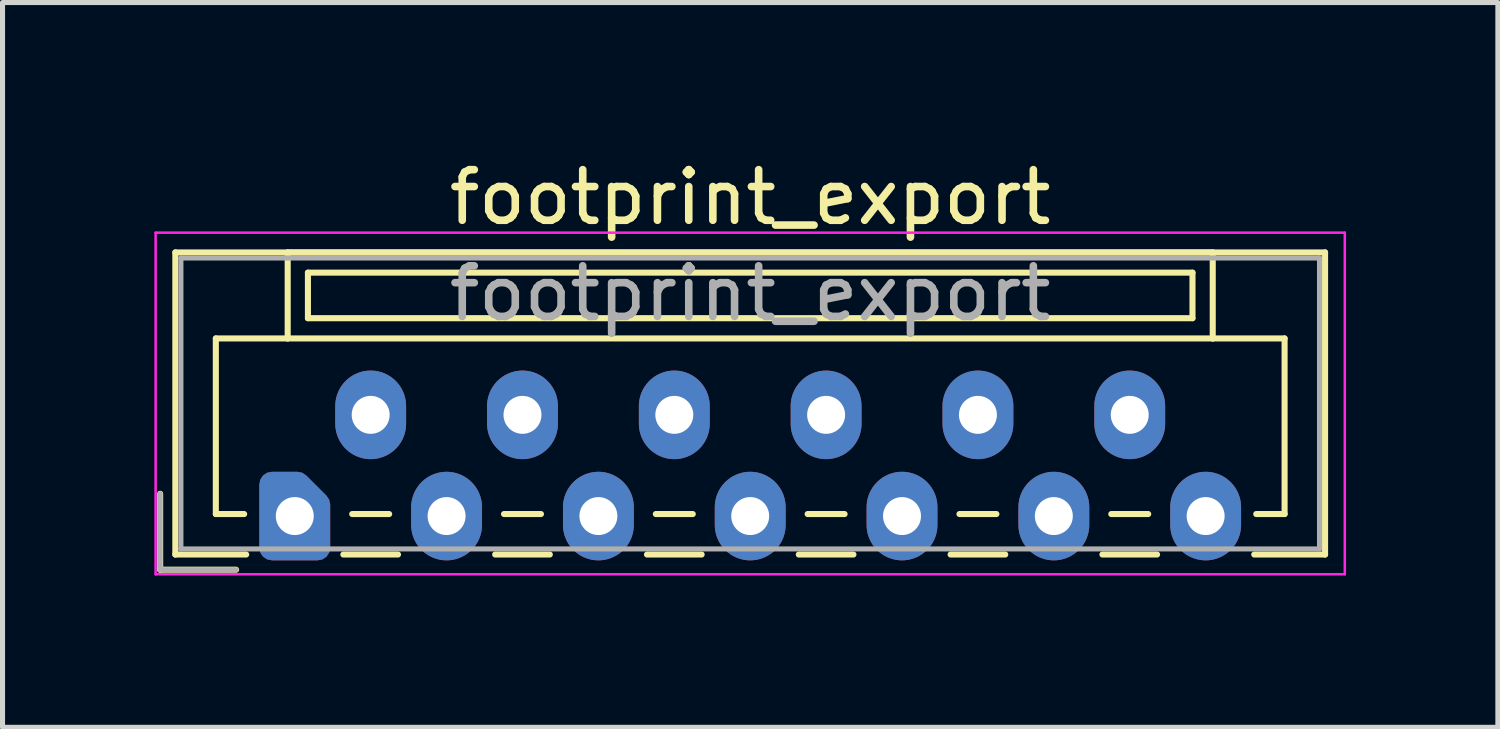
<source format=kicad_pcb>
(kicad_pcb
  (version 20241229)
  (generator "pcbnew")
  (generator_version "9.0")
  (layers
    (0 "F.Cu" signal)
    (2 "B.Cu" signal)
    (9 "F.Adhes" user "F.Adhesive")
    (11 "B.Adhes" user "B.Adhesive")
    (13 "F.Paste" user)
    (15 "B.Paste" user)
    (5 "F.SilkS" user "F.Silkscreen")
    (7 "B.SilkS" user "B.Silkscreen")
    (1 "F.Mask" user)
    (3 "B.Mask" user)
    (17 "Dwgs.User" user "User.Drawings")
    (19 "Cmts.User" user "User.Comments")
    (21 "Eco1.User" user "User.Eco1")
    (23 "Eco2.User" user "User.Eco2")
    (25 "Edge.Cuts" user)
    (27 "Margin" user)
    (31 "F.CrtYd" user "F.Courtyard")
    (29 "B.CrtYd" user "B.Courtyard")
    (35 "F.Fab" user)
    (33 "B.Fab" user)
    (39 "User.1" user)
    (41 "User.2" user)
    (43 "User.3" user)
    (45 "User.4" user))
  (footprint "footprint_export"
    (layer "F.Cu")
    (at 2.775 7.148)
    (property "Reference" "footprint_export" (at 9 -6.3 0) (layer "F.SilkS") (effects (font (size 1 1) (thickness 0.15))))
    (attr through_hole)
    (fp_line (start -2.66 -0.44) (end -2.66 1.06) (stroke (width 0.12) (type solid)) (layer "F.SilkS"))
    (fp_line (start -2.66 1.06) (end -1.16 1.06) (stroke (width 0.12) (type solid)) (layer "F.SilkS"))
    (fp_line (start -2.36 -5.21) (end 20.36 -5.21) (stroke (width 0.12) (type solid)) (layer "F.SilkS"))
    (fp_line (start -2.36 0.76) (end -2.36 -5.21) (stroke (width 0.12) (type solid)) (layer "F.SilkS"))
    (fp_line (start -1.56 -3.51) (end -1.56 -0.04) (stroke (width 0.12) (type solid)) (layer "F.SilkS"))
    (fp_line (start -1.56 -0.04) (end -1 -0.04) (stroke (width 0.12) (type solid)) (layer "F.SilkS"))
    (fp_line (start -0.96 0.76) (end -2.36 0.76) (stroke (width 0.12) (type solid)) (layer "F.SilkS"))
    (fp_line (start -0.14 -5.21) (end -0.14 -3.51) (stroke (width 0.12) (type solid)) (layer "F.SilkS"))
    (fp_line (start -0.14 -3.51) (end -1.56 -3.51) (stroke (width 0.12) (type solid)) (layer "F.SilkS"))
    (fp_line (start -0.14 -3.51) (end 18.14 -3.51) (stroke (width 0.12) (type solid)) (layer "F.SilkS"))
    (fp_line (start 0.26 -4.81) (end 0.26 -3.91) (stroke (width 0.12) (type solid)) (layer "F.SilkS"))
    (fp_line (start 0.26 -3.91) (end 17.74 -3.91) (stroke (width 0.12) (type solid)) (layer "F.SilkS"))
    (fp_line (start 0.96 0.76) (end 2.04 0.76) (stroke (width 0.12) (type solid)) (layer "F.SilkS"))
    (fp_line (start 1.135 -0.04) (end 1.865 -0.04) (stroke (width 0.12) (type solid)) (layer "F.SilkS"))
    (fp_line (start 3.96 0.76) (end 5.04 0.76) (stroke (width 0.12) (type solid)) (layer "F.SilkS"))
    (fp_line (start 4.135 -0.04) (end 4.865 -0.04) (stroke (width 0.12) (type solid)) (layer "F.SilkS"))
    (fp_line (start 6.96 0.76) (end 8.04 0.76) (stroke (width 0.12) (type solid)) (layer "F.SilkS"))
    (fp_line (start 7.135 -0.04) (end 7.865 -0.04) (stroke (width 0.12) (type solid)) (layer "F.SilkS"))
    (fp_line (start 9.96 0.76) (end 11.04 0.76) (stroke (width 0.12) (type solid)) (layer "F.SilkS"))
    (fp_line (start 10.135 -0.04) (end 10.865 -0.04) (stroke (width 0.12) (type solid)) (layer "F.SilkS"))
    (fp_line (start 12.96 0.76) (end 14.04 0.76) (stroke (width 0.12) (type solid)) (layer "F.SilkS"))
    (fp_line (start 13.135 -0.04) (end 13.865 -0.04) (stroke (width 0.12) (type solid)) (layer "F.SilkS"))
    (fp_line (start 15.96 0.76) (end 17.04 0.76) (stroke (width 0.12) (type solid)) (layer "F.SilkS"))
    (fp_line (start 16.135 -0.04) (end 16.865 -0.04) (stroke (width 0.12) (type solid)) (layer "F.SilkS"))
    (fp_line (start 17.74 -4.81) (end 0.26 -4.81) (stroke (width 0.12) (type solid)) (layer "F.SilkS"))
    (fp_line (start 17.74 -3.91) (end 17.74 -4.81) (stroke (width 0.12) (type solid)) (layer "F.SilkS"))
    (fp_line (start 18.14 -5.21) (end -0.14 -5.21) (stroke (width 0.12) (type solid)) (layer "F.SilkS"))
    (fp_line (start 18.14 -3.51) (end 18.14 -5.21) (stroke (width 0.12) (type solid)) (layer "F.SilkS"))
    (fp_line (start 18.14 -3.51) (end 19.56 -3.51) (stroke (width 0.12) (type solid)) (layer "F.SilkS"))
    (fp_line (start 19.56 -3.51) (end 19.56 -0.04) (stroke (width 0.12) (type solid)) (layer "F.SilkS"))
    (fp_line (start 19.56 -0.04) (end 19 -0.04) (stroke (width 0.12) (type solid)) (layer "F.SilkS"))
    (fp_line (start 20.36 -5.21) (end 20.36 0.76) (stroke (width 0.12) (type solid)) (layer "F.SilkS"))
    (fp_line (start 20.36 0.76) (end 18.96 0.76) (stroke (width 0.12) (type solid)) (layer "F.SilkS"))
    (fp_line (start -2.75 -5.6) (end -2.75 1.15) (stroke (width 0.05) (type solid)) (layer "F.CrtYd"))
    (fp_line (start -2.75 1.15) (end 20.75 1.15) (stroke (width 0.05) (type solid)) (layer "F.CrtYd"))
    (fp_line (start 20.75 -5.6) (end -2.75 -5.6) (stroke (width 0.05) (type solid)) (layer "F.CrtYd"))
    (fp_line (start 20.75 1.15) (end 20.75 -5.6) (stroke (width 0.05) (type solid)) (layer "F.CrtYd"))
    (fp_line (start -2.66 -0.44) (end -2.66 1.06) (stroke (width 0.1) (type solid)) (layer "F.Fab"))
    (fp_line (start -2.66 1.06) (end -1.16 1.06) (stroke (width 0.1) (type solid)) (layer "F.Fab"))
    (fp_line (start -2.25 -5.1) (end -2.25 0.65) (stroke (width 0.1) (type solid)) (layer "F.Fab"))
    (fp_line (start -2.25 0.65) (end 20.25 0.65) (stroke (width 0.1) (type solid)) (layer "F.Fab"))
    (fp_line (start 20.25 -5.1) (end -2.25 -5.1) (stroke (width 0.1) (type solid)) (layer "F.Fab"))
    (fp_line (start 20.25 0.65) (end 20.25 -5.1) (stroke (width 0.1) (type solid)) (layer "F.Fab"))
    (fp_text user "${REFERENCE}" (at 9 -4.4 0) (layer "F.Fab") (effects (font (size 1 1) (thickness 0.15))))
    (pad "1" thru_hole custom (at 0 0) (size 1.117 1.117) (drill 0.75) (layers "*.Cu" "*.Mask") (options (anchor circle)) (primitives (gr_poly (pts (xy 0.45 -0.225) (xy 0.45 0.625) (xy -0.45 0.625) (xy -0.45 -0.625) (xy 0.05 -0.625)) (width 0.5) (fill yes))))
    (pad "2" thru_hole oval (at 1.5 -2) (size 1.4 1.75) (drill 0.75) (layers "*.Cu" "*.Mask"))
    (pad "3" thru_hole oval (at 3 0) (size 1.4 1.75) (drill 0.75) (layers "*.Cu" "*.Mask"))
    (pad "4" thru_hole oval (at 4.5 -2) (size 1.4 1.75) (drill 0.75) (layers "*.Cu" "*.Mask"))
    (pad "5" thru_hole oval (at 6 0) (size 1.4 1.75) (drill 0.75) (layers "*.Cu" "*.Mask"))
    (pad "6" thru_hole oval (at 7.5 -2) (size 1.4 1.75) (drill 0.75) (layers "*.Cu" "*.Mask"))
    (pad "7" thru_hole oval (at 9 0) (size 1.4 1.75) (drill 0.75) (layers "*.Cu" "*.Mask"))
    (pad "8" thru_hole oval (at 10.5 -2) (size 1.4 1.75) (drill 0.75) (layers "*.Cu" "*.Mask"))
    (pad "9" thru_hole oval (at 12 0) (size 1.4 1.75) (drill 0.75) (layers "*.Cu" "*.Mask"))
    (pad "10" thru_hole oval (at 13.5 -2) (size 1.4 1.75) (drill 0.75) (layers "*.Cu" "*.Mask"))
    (pad "11" thru_hole oval (at 15 0) (size 1.4 1.75) (drill 0.75) (layers "*.Cu" "*.Mask"))
    (pad "12" thru_hole oval (at 16.5 -2) (size 1.4 1.75) (drill 0.75) (layers "*.Cu" "*.Mask"))
    (pad "13" thru_hole oval (at 18 0) (size 1.4 1.75) (drill 0.75) (layers "*.Cu" "*.Mask")))
  (gr_rect
    (start -3 -3)
    (end 26.55 11.323)
    (stroke (width 0.1) (type default))
    (fill no)
    (layer "Edge.Cuts")))
</source>
